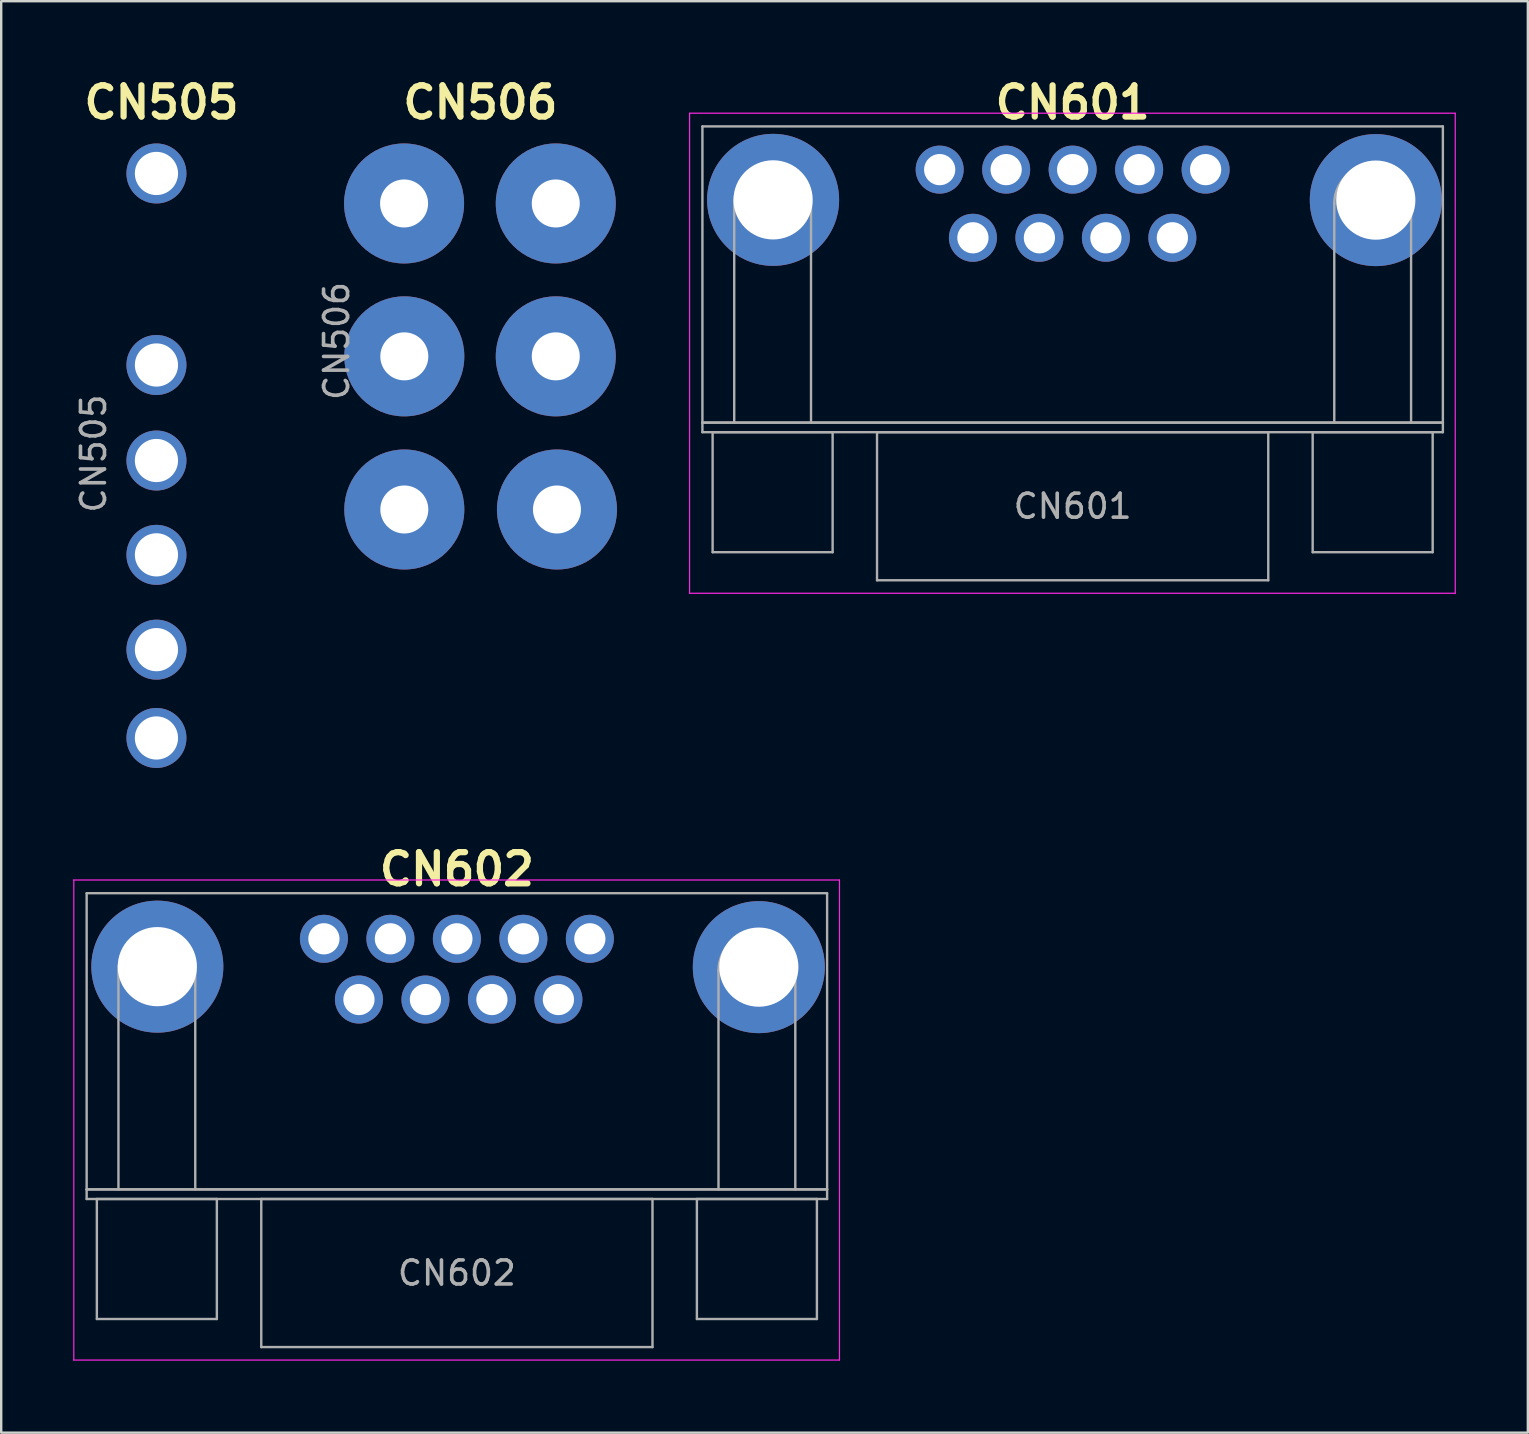
<source format=kicad_pcb>
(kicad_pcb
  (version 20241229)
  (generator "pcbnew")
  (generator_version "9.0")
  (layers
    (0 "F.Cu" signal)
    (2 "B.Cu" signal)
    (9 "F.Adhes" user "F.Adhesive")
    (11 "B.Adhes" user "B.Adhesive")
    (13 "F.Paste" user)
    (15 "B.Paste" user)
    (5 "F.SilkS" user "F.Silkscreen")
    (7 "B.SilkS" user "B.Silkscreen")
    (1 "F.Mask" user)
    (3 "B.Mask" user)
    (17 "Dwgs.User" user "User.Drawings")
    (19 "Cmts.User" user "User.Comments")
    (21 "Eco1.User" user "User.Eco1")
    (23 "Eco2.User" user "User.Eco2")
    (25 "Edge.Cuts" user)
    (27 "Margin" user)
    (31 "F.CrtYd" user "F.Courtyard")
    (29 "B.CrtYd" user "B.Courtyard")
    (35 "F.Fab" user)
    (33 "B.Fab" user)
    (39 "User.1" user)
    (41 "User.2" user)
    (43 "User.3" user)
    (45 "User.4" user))
  (footprint "CN601"
    (layer "F.Cu")
    (at 41.78 10.457)
    (property "Reference" "CN601" (at -0.14 -9.24 180) (layer "F.SilkS") (effects (font (size 1.3 1.3) (thickness 0.26) (bold yes))))
    (attr through_hole)
    (fp_line (start -16.1 -8.79) (end -16.1 11.21) (stroke (width 0.05) (type solid)) (layer "F.CrtYd"))
    (fp_line (start -16.1 11.21) (end 15.8 11.21) (stroke (width 0.05) (type solid)) (layer "F.CrtYd"))
    (fp_line (start 15.8 -8.79) (end -16.1 -8.79) (stroke (width 0.05) (type solid)) (layer "F.CrtYd"))
    (fp_line (start 15.8 11.21) (end 15.8 -8.79) (stroke (width 0.05) (type solid)) (layer "F.CrtYd"))
    (fp_line (start -15.565 -8.24) (end -15.565 4.1) (stroke (width 0.1) (type solid)) (layer "F.Fab"))
    (fp_line (start -15.565 4.1) (end -15.565 4.5) (stroke (width 0.1) (type solid)) (layer "F.Fab"))
    (fp_line (start -15.565 4.1) (end 15.285 4.1) (stroke (width 0.1) (type solid)) (layer "F.Fab"))
    (fp_line (start -15.565 4.5) (end 15.285 4.5) (stroke (width 0.1) (type solid)) (layer "F.Fab"))
    (fp_line (start -15.14 4.5) (end -15.14 9.5) (stroke (width 0.1) (type solid)) (layer "F.Fab"))
    (fp_line (start -15.14 9.5) (end -10.14 9.5) (stroke (width 0.1) (type solid)) (layer "F.Fab"))
    (fp_line (start -14.24 4.1) (end -14.24 -5.02) (stroke (width 0.1) (type solid)) (layer "F.Fab"))
    (fp_line (start -11.04 4.1) (end -11.04 -5.02) (stroke (width 0.1) (type solid)) (layer "F.Fab"))
    (fp_line (start -10.14 4.5) (end -15.14 4.5) (stroke (width 0.1) (type solid)) (layer "F.Fab"))
    (fp_line (start -10.14 9.5) (end -10.14 4.5) (stroke (width 0.1) (type solid)) (layer "F.Fab"))
    (fp_line (start -8.29 4.5) (end -8.29 10.67) (stroke (width 0.1) (type solid)) (layer "F.Fab"))
    (fp_line (start -8.29 10.67) (end 8.01 10.67) (stroke (width 0.1) (type solid)) (layer "F.Fab"))
    (fp_line (start 8.01 4.5) (end -8.29 4.5) (stroke (width 0.1) (type solid)) (layer "F.Fab"))
    (fp_line (start 8.01 10.67) (end 8.01 4.5) (stroke (width 0.1) (type solid)) (layer "F.Fab"))
    (fp_line (start 9.86 4.5) (end 9.86 9.5) (stroke (width 0.1) (type solid)) (layer "F.Fab"))
    (fp_line (start 9.86 9.5) (end 14.86 9.5) (stroke (width 0.1) (type solid)) (layer "F.Fab"))
    (fp_line (start 10.76 4.1) (end 10.76 -5.02) (stroke (width 0.1) (type solid)) (layer "F.Fab"))
    (fp_line (start 13.96 4.1) (end 13.96 -5.02) (stroke (width 0.1) (type solid)) (layer "F.Fab"))
    (fp_line (start 14.86 4.5) (end 9.86 4.5) (stroke (width 0.1) (type solid)) (layer "F.Fab"))
    (fp_line (start 14.86 9.5) (end 14.86 4.5) (stroke (width 0.1) (type solid)) (layer "F.Fab"))
    (fp_line (start 15.285 -8.24) (end -15.565 -8.24) (stroke (width 0.1) (type solid)) (layer "F.Fab"))
    (fp_line (start 15.285 4.1) (end -15.565 4.1) (stroke (width 0.1) (type solid)) (layer "F.Fab"))
    (fp_line (start 15.285 4.1) (end 15.285 -8.24) (stroke (width 0.1) (type solid)) (layer "F.Fab"))
    (fp_line (start 15.285 4.5) (end 15.285 4.1) (stroke (width 0.1) (type solid)) (layer "F.Fab"))
    (fp_arc (start -14.24 -5.02) (mid -12.64 -6.62) (end -11.04 -5.02) (stroke (width 0.1) (type solid)) (layer "F.Fab"))
    (fp_arc (start 10.76 -5.02) (mid 12.36 -6.62) (end 13.96 -5.02) (stroke (width 0.1) (type solid)) (layer "F.Fab"))
    (fp_text user "${REFERENCE}" (at -0.14 7.585 180) (layer "F.Fab") (effects (font (size 1 1) (thickness 0.15))))
    (pad "1" thru_hole circle (at -5.68 -6.44) (size 2 2) (drill 1.3) (layers "*.Cu" "*.Mask"))
    (pad "2" thru_hole circle (at -2.91 -6.44) (size 2 2) (drill 1.3) (layers "*.Cu" "*.Mask"))
    (pad "3" thru_hole circle (at -0.14 -6.44) (size 2 2) (drill 1.3) (layers "*.Cu" "*.Mask"))
    (pad "4" thru_hole circle (at 2.63 -6.44) (size 2 2) (drill 1.3) (layers "*.Cu" "*.Mask"))
    (pad "5" thru_hole circle (at 5.4 -6.44) (size 2 2) (drill 1.3) (layers "*.Cu" "*.Mask"))
    (pad "6" thru_hole circle (at -4.295 -3.6) (size 2 2) (drill 1.3) (layers "*.Cu" "*.Mask"))
    (pad "7" thru_hole circle (at -1.525 -3.6) (size 2 2) (drill 1.3) (layers "*.Cu" "*.Mask"))
    (pad "8" thru_hole circle (at -12.62 -5.18) (size 5.5 5.5) (drill 3.3) (layers "*.Cu" "*.Mask"))
    (pad "8" thru_hole circle (at 1.245 -3.6) (size 2 2) (drill 1.3) (layers "*.Cu" "*.Mask"))
    (pad "8" thru_hole circle (at 12.49 -5.17) (size 5.5 5.5) (drill 3.3) (layers "*.Cu" "*.Mask"))
    (pad "9" thru_hole circle (at 4.015 -3.6) (size 2 2) (drill 1.3) (layers "*.Cu" "*.Mask")))
  (footprint "CN506"
    (layer "F.Cu")
    (at 16.955 4.777)
    (property "Reference" "CN506" (at 0.01 -3.56 0) (layer "F.SilkS") (effects (font (size 1.3 1.3) (thickness 0.26) (bold yes))))
    (attr through_hole)
    (fp_text user "${REFERENCE}" (at -5.98 6.38 90) (layer "F.Fab") (effects (font (size 1 1) (thickness 0.15))))
    (pad "1" thru_hole circle (at 3.2 13.4) (size 5 5) (drill 2) (layers "*.Cu" "*.Mask"))
    (pad "2" thru_hole circle (at 3.15 7.02) (size 5 5) (drill 2) (layers "*.Cu" "*.Mask"))
    (pad "3" thru_hole circle (at 3.15 0.65) (size 5 5) (drill 2) (layers "*.Cu" "*.Mask"))
    (pad "4" thru_hole circle (at -3.16 13.4) (size 5 5) (drill 2) (layers "*.Cu" "*.Mask"))
    (pad "5" thru_hole circle (at -3.16 7.02) (size 5 5) (drill 2) (layers "*.Cu" "*.Mask"))
    (pad "6" thru_hole circle (at -3.17 0.65) (size 5 5) (drill 2) (layers "*.Cu" "*.Mask")))
  (footprint "CN602"
    (layer "F.Cu")
    (at 15.235 42.444)
    (property "Reference" "CN602" (at 0.75 -9.28 180) (layer "F.SilkS") (effects (font (size 1.3 1.3) (thickness 0.26) (bold yes))))
    (attr through_hole)
    (fp_line (start -15.21 -8.83) (end -15.21 11.17) (stroke (width 0.05) (type solid)) (layer "F.CrtYd"))
    (fp_line (start -15.21 11.17) (end 16.69 11.17) (stroke (width 0.05) (type solid)) (layer "F.CrtYd"))
    (fp_line (start 16.69 -8.83) (end -15.21 -8.83) (stroke (width 0.05) (type solid)) (layer "F.CrtYd"))
    (fp_line (start 16.69 11.17) (end 16.69 -8.83) (stroke (width 0.05) (type solid)) (layer "F.CrtYd"))
    (fp_line (start -14.675 -8.28) (end -14.675 4.06) (stroke (width 0.1) (type solid)) (layer "F.Fab"))
    (fp_line (start -14.675 4.06) (end -14.675 4.46) (stroke (width 0.1) (type solid)) (layer "F.Fab"))
    (fp_line (start -14.675 4.06) (end 16.175 4.06) (stroke (width 0.1) (type solid)) (layer "F.Fab"))
    (fp_line (start -14.675 4.46) (end 16.175 4.46) (stroke (width 0.1) (type solid)) (layer "F.Fab"))
    (fp_line (start -14.25 4.46) (end -14.25 9.46) (stroke (width 0.1) (type solid)) (layer "F.Fab"))
    (fp_line (start -14.25 9.46) (end -9.25 9.46) (stroke (width 0.1) (type solid)) (layer "F.Fab"))
    (fp_line (start -13.35 4.06) (end -13.35 -5.06) (stroke (width 0.1) (type solid)) (layer "F.Fab"))
    (fp_line (start -10.15 4.06) (end -10.15 -5.06) (stroke (width 0.1) (type solid)) (layer "F.Fab"))
    (fp_line (start -9.25 4.46) (end -14.25 4.46) (stroke (width 0.1) (type solid)) (layer "F.Fab"))
    (fp_line (start -9.25 9.46) (end -9.25 4.46) (stroke (width 0.1) (type solid)) (layer "F.Fab"))
    (fp_line (start -7.4 4.46) (end -7.4 10.63) (stroke (width 0.1) (type solid)) (layer "F.Fab"))
    (fp_line (start -7.4 10.63) (end 8.9 10.63) (stroke (width 0.1) (type solid)) (layer "F.Fab"))
    (fp_line (start 8.9 4.46) (end -7.4 4.46) (stroke (width 0.1) (type solid)) (layer "F.Fab"))
    (fp_line (start 8.9 10.63) (end 8.9 4.46) (stroke (width 0.1) (type solid)) (layer "F.Fab"))
    (fp_line (start 10.75 4.46) (end 10.75 9.46) (stroke (width 0.1) (type solid)) (layer "F.Fab"))
    (fp_line (start 10.75 9.46) (end 15.75 9.46) (stroke (width 0.1) (type solid)) (layer "F.Fab"))
    (fp_line (start 11.65 4.06) (end 11.65 -5.06) (stroke (width 0.1) (type solid)) (layer "F.Fab"))
    (fp_line (start 14.85 4.06) (end 14.85 -5.06) (stroke (width 0.1) (type solid)) (layer "F.Fab"))
    (fp_line (start 15.75 4.46) (end 10.75 4.46) (stroke (width 0.1) (type solid)) (layer "F.Fab"))
    (fp_line (start 15.75 9.46) (end 15.75 4.46) (stroke (width 0.1) (type solid)) (layer "F.Fab"))
    (fp_line (start 16.175 -8.28) (end -14.675 -8.28) (stroke (width 0.1) (type solid)) (layer "F.Fab"))
    (fp_line (start 16.175 4.06) (end -14.675 4.06) (stroke (width 0.1) (type solid)) (layer "F.Fab"))
    (fp_line (start 16.175 4.06) (end 16.175 -8.28) (stroke (width 0.1) (type solid)) (layer "F.Fab"))
    (fp_line (start 16.175 4.46) (end 16.175 4.06) (stroke (width 0.1) (type solid)) (layer "F.Fab"))
    (fp_arc (start -13.35 -5.06) (mid -11.75 -6.66) (end -10.15 -5.06) (stroke (width 0.1) (type solid)) (layer "F.Fab"))
    (fp_arc (start 11.65 -5.06) (mid 13.25 -6.66) (end 14.85 -5.06) (stroke (width 0.1) (type solid)) (layer "F.Fab"))
    (fp_text user "${REFERENCE}" (at 0.75 7.545 180) (layer "F.Fab") (effects (font (size 1 1) (thickness 0.15))))
    (pad "1" thru_hole circle (at -11.73 -5.22) (size 5.5 5.5) (drill 3.3) (layers "*.Cu" "*.Mask"))
    (pad "1" thru_hole circle (at 6.29 -6.38) (size 2 2) (drill 1.3) (layers "*.Cu" "*.Mask"))
    (pad "1" thru_hole circle (at 13.33 -5.2) (size 5.5 5.5) (drill 3.3) (layers "*.Cu" "*.Mask"))
    (pad "2" thru_hole circle (at 3.52 -6.38) (size 2 2) (drill 1.3) (layers "*.Cu" "*.Mask"))
    (pad "3" thru_hole circle (at 0.75 -6.38) (size 2 2) (drill 1.3) (layers "*.Cu" "*.Mask"))
    (pad "4" thru_hole circle (at -2.02 -6.38) (size 2 2) (drill 1.3) (layers "*.Cu" "*.Mask"))
    (pad "5" thru_hole circle (at -4.79 -6.38) (size 2 2) (drill 1.3) (layers "*.Cu" "*.Mask"))
    (pad "6" thru_hole circle (at 4.98 -3.85) (size 2 2) (drill 1.3) (layers "*.Cu" "*.Mask"))
    (pad "7" thru_hole circle (at 2.21 -3.85) (size 2 2) (drill 1.3) (layers "*.Cu" "*.Mask"))
    (pad "8" thru_hole circle (at -0.56 -3.85) (size 2 2) (drill 1.3) (layers "*.Cu" "*.Mask"))
    (pad "9" thru_hole circle (at -3.33 -3.85) (size 2 2) (drill 1.3) (layers "*.Cu" "*.Mask")))
  (footprint "CN505"
    (layer "F.Cu")
    (at 3.548 4.127)
    (property "Reference" "CN505" (at 0.13 -2.91 180) (layer "F.SilkS") (effects (font (size 1.3 1.3) (thickness 0.26) (bold yes))))
    (attr through_hole)
    (fp_text user "${REFERENCE}" (at -2.7 11.72 270) (layer "F.Fab") (effects (font (size 1 1) (thickness 0.15))))
    (pad "1" thru_hole circle (at -0.08 0.05 270) (size 2.5 2.5) (drill 1.8) (layers "*.Cu" "*.Mask"))
    (pad "3" thru_hole circle (at -0.08 8.03 270) (size 2.5 2.5) (drill 1.8) (layers "*.Cu" "*.Mask"))
    (pad "4" thru_hole circle (at -0.08 12.01 270) (size 2.5 2.5) (drill 1.8) (layers "*.Cu" "*.Mask"))
    (pad "5" thru_hole circle (at -0.08 15.94 270) (size 2.5 2.5) (drill 1.8) (layers "*.Cu" "*.Mask"))
    (pad "6" thru_hole circle (at -0.08 19.89 270) (size 2.5 2.5) (drill 1.8) (layers "*.Cu" "*.Mask"))
    (pad "7" thru_hole circle (at -0.08 23.57 270) (size 2.5 2.5) (drill 1.8) (layers "*.Cu" "*.Mask")))
  (gr_rect
    (start -3 -3)
    (end 60.605 56.639)
    (stroke (width 0.1) (type default))
    (fill no)
    (layer "Edge.Cuts")))
</source>
